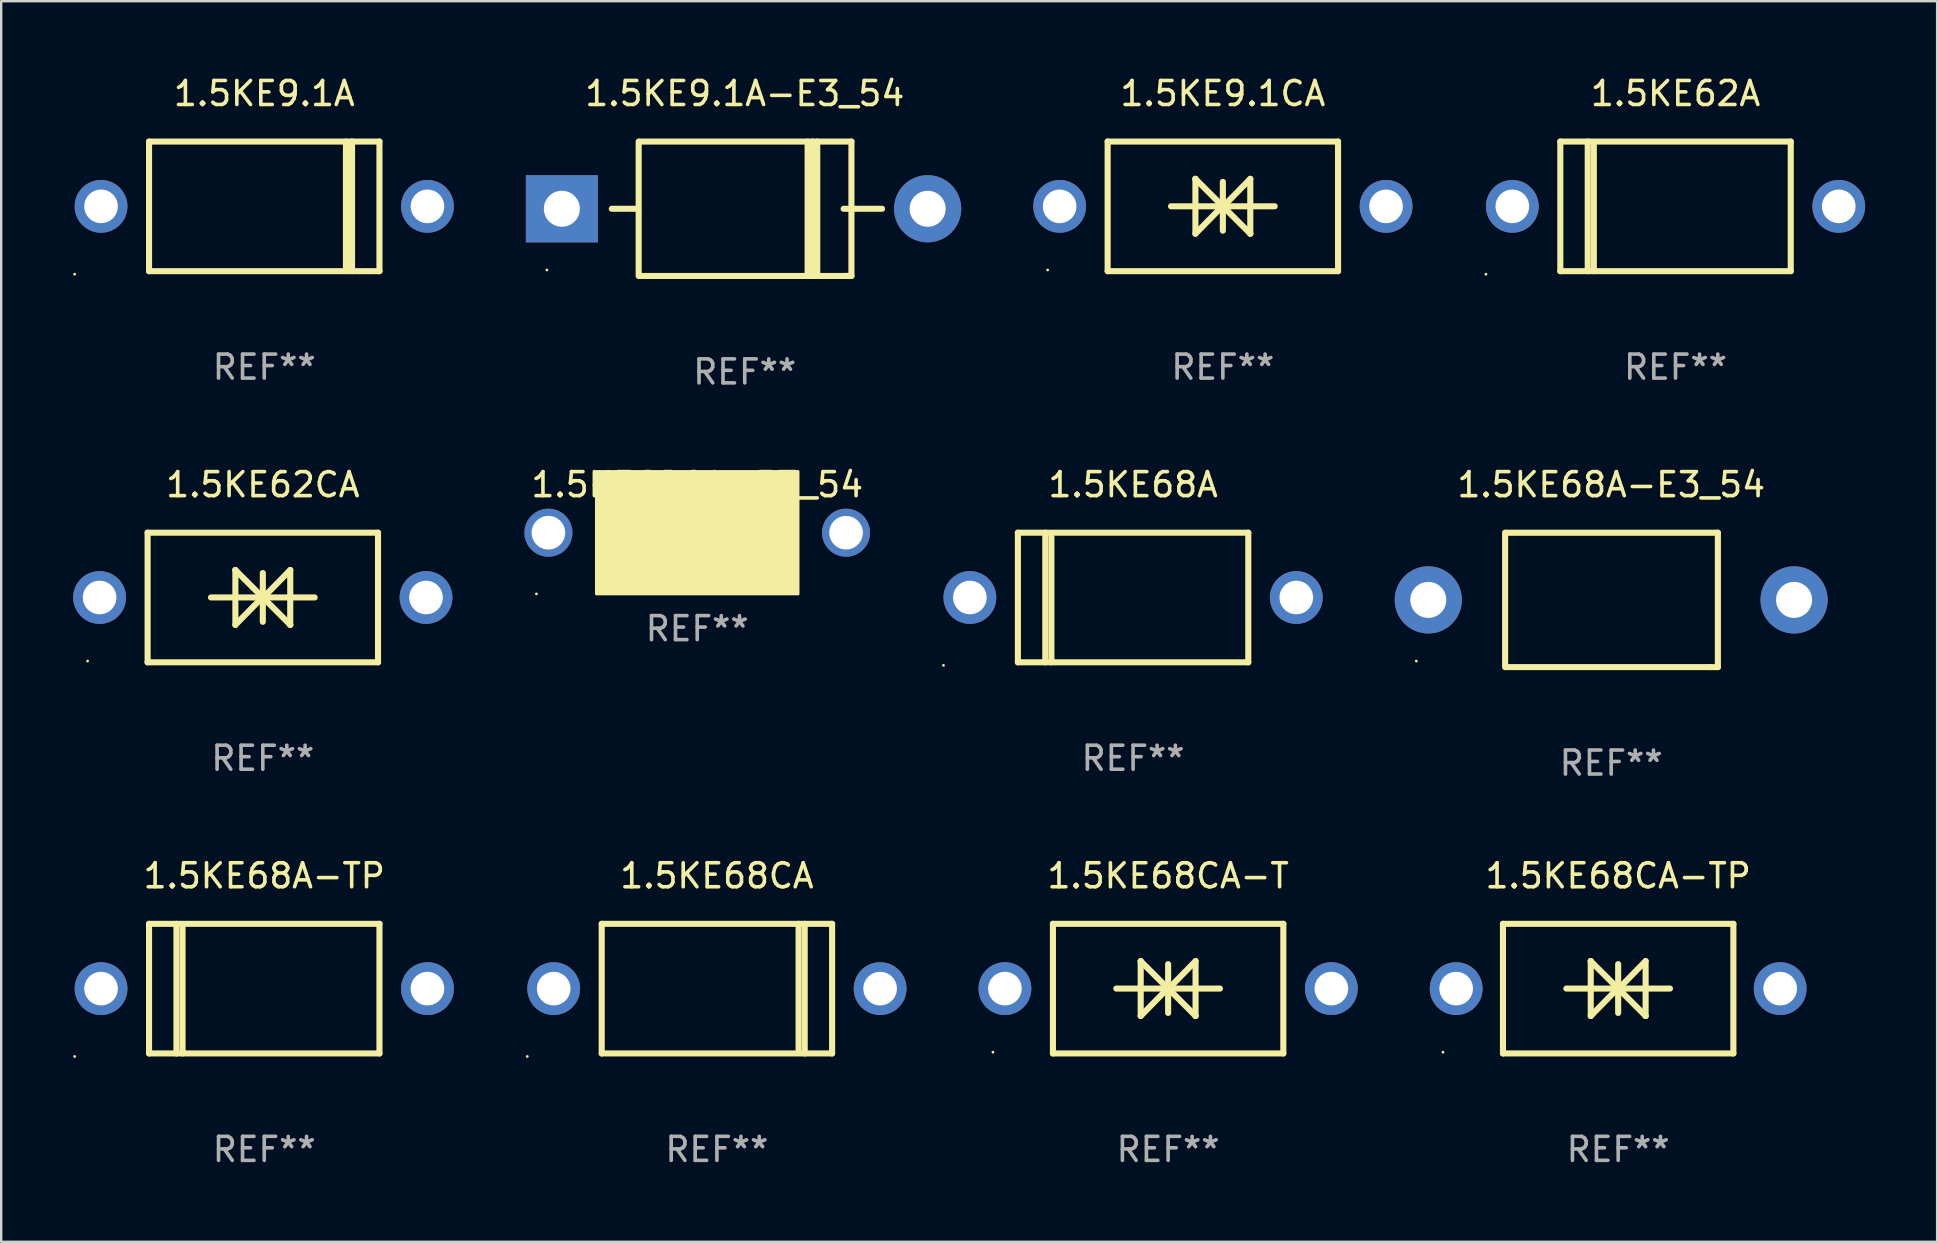
<source format=kicad_pcb>
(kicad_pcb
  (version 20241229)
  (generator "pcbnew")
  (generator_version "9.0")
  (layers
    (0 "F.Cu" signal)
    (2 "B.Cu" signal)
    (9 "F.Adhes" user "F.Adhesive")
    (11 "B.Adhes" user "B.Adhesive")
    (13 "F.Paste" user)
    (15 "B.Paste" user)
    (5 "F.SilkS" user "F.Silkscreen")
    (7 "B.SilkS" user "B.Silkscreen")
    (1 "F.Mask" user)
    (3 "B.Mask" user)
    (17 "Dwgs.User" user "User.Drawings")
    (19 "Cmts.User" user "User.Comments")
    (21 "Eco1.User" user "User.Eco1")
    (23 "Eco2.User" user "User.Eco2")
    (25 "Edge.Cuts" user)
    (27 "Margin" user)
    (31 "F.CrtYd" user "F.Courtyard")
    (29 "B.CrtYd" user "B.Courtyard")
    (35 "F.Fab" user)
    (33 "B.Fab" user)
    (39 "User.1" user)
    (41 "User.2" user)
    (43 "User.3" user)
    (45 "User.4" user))
  (footprint "1.5KE68A-E3_54"
    (layer "F.Cu")
    (at 64.08 21.945)
    (property "Reference" "1.5KE68A-E3_54" (at 0 -4.8 0) (layer "F.SilkS") (effects (font (size 1 1) (thickness 0.15))))
    (attr through_hole)
    (fp_line (start -4.42 2.8) (end -4.42 -2.8) (stroke (width 0.254) (type solid)) (layer "F.SilkS"))
    (fp_line (start -4.379 -2.799) (end 4.445 -2.799) (stroke (width 0.254) (type solid)) (layer "F.SilkS"))
    (fp_line (start 4.12 2.8) (end -4.38 2.8) (stroke (width 0.254) (type solid)) (layer "F.SilkS"))
    (fp_line (start 4.445 -2.799) (end 4.445 2.799) (stroke (width 0.254) (type solid)) (layer "F.SilkS"))
    (fp_line (start 4.445 2.799) (end 4.12 2.799) (stroke (width 0.254) (type solid)) (layer "F.SilkS"))
    (fp_circle (center -8.12 2.55) (end -8.09 2.55) (stroke (width 0.06) (type solid)) (fill no) (layer "F.SilkS"))
    (fp_text user "REF**" (at 0 6.8 0) (layer "F.Fab") (effects (font (size 1 1) (thickness 0.15))))
    (pad "1" thru_hole circle (at -7.62 0) (size 2.8 2.8) (drill 1.5) (layers "*.Cu" "*.Mask"))
    (pad "2" thru_hole circle (at 7.62 0) (size 2.8 2.8) (drill 1.5) (layers "*.Cu" "*.Mask")))
  (footprint "1.5KE62CA-E3_54"
    (layer "F.Cu")
    (at 26 19.145)
    (property "Reference" "1.5KE62CA-E3_54" (at 0 -2 0) (layer "F.SilkS") (effects (font (size 1 1) (thickness 0.15))))
    (attr through_hole)
    (fp_circle (center -6.7 2.55) (end -6.67 2.55) (stroke (width 0.06) (type solid)) (fill no) (layer "F.SilkS"))
    (fp_poly (pts (xy -4.2 -2.55) (xy 4.2 -2.55) (xy 4.2 2.55) (xy -4.2 2.55)) (stroke (width 0.12) (type solid)) (fill yes) (layer "F.SilkS"))
    (fp_text user "REF**" (at 0 4 0) (layer "F.Fab") (effects (font (size 1 1) (thickness 0.15))))
    (pad "1" thru_hole circle (at -6.2 0) (size 2 2) (drill 1.4) (layers "*.Cu" "*.Mask"))
    (pad "2" thru_hole circle (at 6.2 0) (size 2 2) (drill 1.4) (layers "*.Cu" "*.Mask")))
  (footprint "1.5KE62A"
    (layer "F.Cu")
    (at 66.761 5.548)
    (property "Reference" "1.5KE62A" (at 0 -4.7 0) (layer "F.SilkS") (effects (font (size 1 1) (thickness 0.15))))
    (attr through_hole)
    (fp_line (start -4.8 -2.7) (end 4.8 -2.7) (stroke (width 0.254) (type solid)) (layer "F.SilkS"))
    (fp_line (start -4.8 2.7) (end -4.8 -2.7) (stroke (width 0.254) (type solid)) (layer "F.SilkS"))
    (fp_line (start -3.658 2.7) (end -3.658 -2.7) (stroke (width 0.254) (type solid)) (layer "F.SilkS"))
    (fp_line (start -3.404 2.7) (end -3.404 -2.54) (stroke (width 0.254) (type solid)) (layer "F.SilkS"))
    (fp_line (start 4.8 2.7) (end -4.8 2.7) (stroke (width 0.254) (type solid)) (layer "F.SilkS"))
    (fp_line (start 4.8 2.7) (end 4.8 -2.7) (stroke (width 0.254) (type solid)) (layer "F.SilkS"))
    (fp_circle (center -7.9 2.827) (end -7.87 2.827) (stroke (width 0.06) (type solid)) (fill no) (layer "F.SilkS"))
    (fp_text user "REF**" (at 0 6.7 0) (layer "F.Fab") (effects (font (size 1 1) (thickness 0.15))))
    (pad "1" thru_hole circle (at -6.8 0) (size 2.2 2.2) (drill 1.4) (layers "*.Cu" "*.Mask"))
    (pad "2" thru_hole circle (at 6.8 0) (size 2.2 2.2) (drill 1.4) (layers "*.Cu" "*.Mask")))
  (footprint "1.5KE68A-TP"
    (layer "F.Cu")
    (at 7.96 38.141)
    (property "Reference" "1.5KE68A-TP" (at 0 -4.7 0) (layer "F.SilkS") (effects (font (size 1 1) (thickness 0.15))))
    (attr through_hole)
    (fp_line (start -4.8 -2.7) (end 4.8 -2.7) (stroke (width 0.254) (type solid)) (layer "F.SilkS"))
    (fp_line (start -4.8 2.7) (end -4.8 -2.7) (stroke (width 0.254) (type solid)) (layer "F.SilkS"))
    (fp_line (start -3.658 2.7) (end -3.658 -2.7) (stroke (width 0.254) (type solid)) (layer "F.SilkS"))
    (fp_line (start -3.404 2.7) (end -3.404 -2.54) (stroke (width 0.254) (type solid)) (layer "F.SilkS"))
    (fp_line (start 4.8 2.7) (end -4.8 2.7) (stroke (width 0.254) (type solid)) (layer "F.SilkS"))
    (fp_line (start 4.8 2.7) (end 4.8 -2.7) (stroke (width 0.254) (type solid)) (layer "F.SilkS"))
    (fp_circle (center -7.9 2.827) (end -7.87 2.827) (stroke (width 0.06) (type solid)) (fill no) (layer "F.SilkS"))
    (fp_text user "REF**" (at 0 6.7 0) (layer "F.Fab") (effects (font (size 1 1) (thickness 0.15))))
    (pad "1" thru_hole circle (at -6.8 0) (size 2.2 2.2) (drill 1.4) (layers "*.Cu" "*.Mask"))
    (pad "2" thru_hole circle (at 6.8 0) (size 2.2 2.2) (drill 1.4) (layers "*.Cu" "*.Mask")))
  (footprint "1.5KE9.1A-E3_54"
    (layer "F.Cu")
    (at 27.98 5.648)
    (property "Reference" "1.5KE9.1A-E3_54" (at 0 -4.8 0) (layer "F.SilkS") (effects (font (size 1 1) (thickness 0.15))))
    (attr through_hole)
    (fp_line (start -5.54 0) (end -4.44 0) (stroke (width 0.254) (type solid)) (layer "F.SilkS"))
    (fp_line (start -4.42 2.8) (end -4.42 -2.8) (stroke (width 0.254) (type solid)) (layer "F.SilkS"))
    (fp_line (start -4.379 -2.799) (end 4.445 -2.799) (stroke (width 0.254) (type solid)) (layer "F.SilkS"))
    (fp_line (start 2.62 -2.8) (end 2.62 2.8) (stroke (width 0.254) (type solid)) (layer "F.SilkS"))
    (fp_line (start 2.82 -2.8) (end 2.82 2.8) (stroke (width 0.254) (type solid)) (layer "F.SilkS"))
    (fp_line (start 3.02 -2.8) (end 3.02 2.8) (stroke (width 0.254) (type solid)) (layer "F.SilkS"))
    (fp_line (start 4.12 0) (end 5.72 0) (stroke (width 0.254) (type solid)) (layer "F.SilkS"))
    (fp_line (start 4.12 2.8) (end -4.38 2.8) (stroke (width 0.254) (type solid)) (layer "F.SilkS"))
    (fp_line (start 4.445 -2.799) (end 4.445 2.799) (stroke (width 0.254) (type solid)) (layer "F.SilkS"))
    (fp_line (start 4.445 2.799) (end 4.12 2.799) (stroke (width 0.254) (type solid)) (layer "F.SilkS"))
    (fp_circle (center -8.245 2.55) (end -8.215 2.55) (stroke (width 0.06) (type solid)) (fill no) (layer "F.SilkS"))
    (fp_text user "REF**" (at 0 6.8 0) (layer "F.Fab") (effects (font (size 1 1) (thickness 0.15))))
    (pad "1" thru_hole rect (at -7.62 0 180) (size 3 2.8) (drill 1.5) (layers "*.Cu" "*.Mask"))
    (pad "2" thru_hole circle (at 7.62 0) (size 2.8 2.8) (drill 1.5) (layers "*.Cu" "*.Mask")))
  (footprint "1.5KE68A"
    (layer "F.Cu")
    (at 44.16 21.845)
    (property "Reference" "1.5KE68A" (at 0 -4.7 0) (layer "F.SilkS") (effects (font (size 1 1) (thickness 0.15))))
    (attr through_hole)
    (fp_line (start -4.8 -2.7) (end 4.8 -2.7) (stroke (width 0.254) (type solid)) (layer "F.SilkS"))
    (fp_line (start -4.8 2.7) (end -4.8 -2.7) (stroke (width 0.254) (type solid)) (layer "F.SilkS"))
    (fp_line (start -3.658 2.7) (end -3.658 -2.7) (stroke (width 0.254) (type solid)) (layer "F.SilkS"))
    (fp_line (start -3.404 2.7) (end -3.404 -2.54) (stroke (width 0.254) (type solid)) (layer "F.SilkS"))
    (fp_line (start 4.8 2.7) (end -4.8 2.7) (stroke (width 0.254) (type solid)) (layer "F.SilkS"))
    (fp_line (start 4.8 2.7) (end 4.8 -2.7) (stroke (width 0.254) (type solid)) (layer "F.SilkS"))
    (fp_circle (center -7.9 2.827) (end -7.87 2.827) (stroke (width 0.06) (type solid)) (fill no) (layer "F.SilkS"))
    (fp_text user "REF**" (at 0 6.7 0) (layer "F.Fab") (effects (font (size 1 1) (thickness 0.15))))
    (pad "1" thru_hole circle (at -6.8 0) (size 2.2 2.2) (drill 1.4) (layers "*.Cu" "*.Mask"))
    (pad "2" thru_hole circle (at 6.8 0) (size 2.2 2.2) (drill 1.4) (layers "*.Cu" "*.Mask")))
  (footprint "1.5KE68CA"
    (layer "F.Cu")
    (at 26.82 38.141)
    (property "Reference" "1.5KE68CA" (at 0 -4.7 0) (layer "F.SilkS") (effects (font (size 1 1) (thickness 0.15))))
    (attr through_hole)
    (fp_line (start -4.8 -2.7) (end -4.8 2.7) (stroke (width 0.254) (type solid)) (layer "F.SilkS"))
    (fp_line (start -4.8 -2.7) (end 4.8 -2.7) (stroke (width 0.254) (type solid)) (layer "F.SilkS"))
    (fp_line (start 3.404 -2.7) (end 3.404 2.54) (stroke (width 0.254) (type solid)) (layer "F.SilkS"))
    (fp_line (start 3.658 -2.7) (end 3.658 2.7) (stroke (width 0.254) (type solid)) (layer "F.SilkS"))
    (fp_line (start 4.8 -2.7) (end 4.8 2.7) (stroke (width 0.254) (type solid)) (layer "F.SilkS"))
    (fp_line (start 4.8 2.7) (end -4.8 2.7) (stroke (width 0.254) (type solid)) (layer "F.SilkS"))
    (fp_circle (center -7.9 2.827) (end -7.87 2.827) (stroke (width 0.06) (type solid)) (fill no) (layer "F.SilkS"))
    (fp_text user "REF**" (at 0 6.7 0) (layer "F.Fab") (effects (font (size 1 1) (thickness 0.15))))
    (pad "1" thru_hole circle (at -6.8 0) (size 2.2 2.2) (drill 1.4) (layers "*.Cu" "*.Mask"))
    (pad "2" thru_hole circle (at 6.8 0) (size 2.2 2.2) (drill 1.4) (layers "*.Cu" "*.Mask")))
  (footprint "1.5KE9.1A"
    (layer "F.Cu")
    (at 7.96 5.548)
    (property "Reference" "1.5KE9.1A" (at 0 -4.7 0) (layer "F.SilkS") (effects (font (size 1 1) (thickness 0.15))))
    (attr through_hole)
    (fp_line (start -4.8 -2.7) (end -4.8 2.7) (stroke (width 0.254) (type solid)) (layer "F.SilkS"))
    (fp_line (start -4.8 -2.7) (end 4.8 -2.7) (stroke (width 0.254) (type solid)) (layer "F.SilkS"))
    (fp_line (start 3.404 -2.7) (end 3.404 2.54) (stroke (width 0.254) (type solid)) (layer "F.SilkS"))
    (fp_line (start 3.658 -2.7) (end 3.658 2.7) (stroke (width 0.254) (type solid)) (layer "F.SilkS"))
    (fp_line (start 4.8 -2.7) (end 4.8 2.7) (stroke (width 0.254) (type solid)) (layer "F.SilkS"))
    (fp_line (start 4.8 2.7) (end -4.8 2.7) (stroke (width 0.254) (type solid)) (layer "F.SilkS"))
    (fp_circle (center -7.9 2.827) (end -7.87 2.827) (stroke (width 0.06) (type solid)) (fill no) (layer "F.SilkS"))
    (fp_text user "REF**" (at 0 6.7 0) (layer "F.Fab") (effects (font (size 1 1) (thickness 0.15))))
    (pad "1" thru_hole circle (at -6.8 0) (size 2.2 2.2) (drill 1.4) (layers "*.Cu" "*.Mask"))
    (pad "2" thru_hole circle (at 6.8 0) (size 2.2 2.2) (drill 1.4) (layers "*.Cu" "*.Mask")))
  (footprint "1.5KE68CA-T"
    (layer "F.Cu")
    (at 45.62 38.141)
    (property "Reference" "1.5KE68CA-T" (at 0 -4.7 0) (layer "F.SilkS") (effects (font (size 1 1) (thickness 0.15))))
    (attr through_hole)
    (fp_line (start -4.8 -2.7) (end -4.8 2.7) (stroke (width 0.254) (type solid)) (layer "F.SilkS"))
    (fp_line (start -4.8 -2.7) (end 4.8 -2.7) (stroke (width 0.254) (type solid)) (layer "F.SilkS"))
    (fp_line (start -2.159 -0.003) (end 2.159 -0.003) (stroke (width 0.254) (type solid)) (layer "F.SilkS"))
    (fp_line (start -1.143 -1.146) (end -1.143 1.14) (stroke (width 0.254) (type solid)) (layer "F.SilkS"))
    (fp_line (start -1.143 -1.143) (end -1.143 -1.146) (stroke (width 0.254) (type solid)) (layer "F.SilkS"))
    (fp_line (start 0 -1.019) (end 0 1.013) (stroke (width 0.254) (type solid)) (layer "F.SilkS"))
    (fp_line (start 0 -0.026) (end -1.143 1.14) (stroke (width 0.254) (type solid)) (layer "F.SilkS"))
    (fp_line (start 0 -0.006) (end 1.143 1.137) (stroke (width 0.254) (type solid)) (layer "F.SilkS"))
    (fp_line (start 0 0) (end -1.143 -1.143) (stroke (width 0.254) (type solid)) (layer "F.SilkS"))
    (fp_line (start 0 0.02) (end 1.143 -1.146) (stroke (width 0.254) (type solid)) (layer "F.SilkS"))
    (fp_line (start 1.143 1.137) (end 1.143 1.14) (stroke (width 0.254) (type solid)) (layer "F.SilkS"))
    (fp_line (start 1.143 1.14) (end 1.143 -1.146) (stroke (width 0.254) (type solid)) (layer "F.SilkS"))
    (fp_line (start 4.8 -2.7) (end 4.8 2.7) (stroke (width 0.254) (type solid)) (layer "F.SilkS"))
    (fp_line (start 4.8 2.7) (end -4.8 2.7) (stroke (width 0.254) (type solid)) (layer "F.SilkS"))
    (fp_circle (center -7.3 2.65) (end -7.27 2.65) (stroke (width 0.06) (type solid)) (fill no) (layer "F.SilkS"))
    (fp_text user "REF**" (at 0 6.7 0) (layer "F.Fab") (effects (font (size 1 1) (thickness 0.15))))
    (pad "1" thru_hole circle (at -6.8 0) (size 2.2 2.2) (drill 1.4) (layers "*.Cu" "*.Mask"))
    (pad "2" thru_hole circle (at 6.8 0) (size 2.2 2.2) (drill 1.4) (layers "*.Cu" "*.Mask")))
  (footprint "1.5KE62CA"
    (layer "F.Cu")
    (at 7.9 21.845)
    (property "Reference" "1.5KE62CA" (at 0 -4.7 0) (layer "F.SilkS") (effects (font (size 1 1) (thickness 0.15))))
    (attr through_hole)
    (fp_line (start -4.8 -2.7) (end -4.8 2.7) (stroke (width 0.254) (type solid)) (layer "F.SilkS"))
    (fp_line (start -4.8 -2.7) (end 4.8 -2.7) (stroke (width 0.254) (type solid)) (layer "F.SilkS"))
    (fp_line (start -2.159 -0.003) (end 2.159 -0.003) (stroke (width 0.254) (type solid)) (layer "F.SilkS"))
    (fp_line (start -1.143 -1.146) (end -1.143 1.14) (stroke (width 0.254) (type solid)) (layer "F.SilkS"))
    (fp_line (start -1.143 -1.143) (end -1.143 -1.146) (stroke (width 0.254) (type solid)) (layer "F.SilkS"))
    (fp_line (start 0 -1.019) (end 0 1.013) (stroke (width 0.254) (type solid)) (layer "F.SilkS"))
    (fp_line (start 0 -0.026) (end -1.143 1.14) (stroke (width 0.254) (type solid)) (layer "F.SilkS"))
    (fp_line (start 0 -0.006) (end 1.143 1.137) (stroke (width 0.254) (type solid)) (layer "F.SilkS"))
    (fp_line (start 0 0) (end -1.143 -1.143) (stroke (width 0.254) (type solid)) (layer "F.SilkS"))
    (fp_line (start 0 0.02) (end 1.143 -1.146) (stroke (width 0.254) (type solid)) (layer "F.SilkS"))
    (fp_line (start 1.143 1.137) (end 1.143 1.14) (stroke (width 0.254) (type solid)) (layer "F.SilkS"))
    (fp_line (start 1.143 1.14) (end 1.143 -1.146) (stroke (width 0.254) (type solid)) (layer "F.SilkS"))
    (fp_line (start 4.8 -2.7) (end 4.8 2.7) (stroke (width 0.254) (type solid)) (layer "F.SilkS"))
    (fp_line (start 4.8 2.7) (end -4.8 2.7) (stroke (width 0.254) (type solid)) (layer "F.SilkS"))
    (fp_circle (center -7.3 2.65) (end -7.27 2.65) (stroke (width 0.06) (type solid)) (fill no) (layer "F.SilkS"))
    (fp_text user "REF**" (at 0 6.7 0) (layer "F.Fab") (effects (font (size 1 1) (thickness 0.15))))
    (pad "1" thru_hole circle (at -6.8 0) (size 2.2 2.2) (drill 1.4) (layers "*.Cu" "*.Mask"))
    (pad "2" thru_hole circle (at 6.8 0) (size 2.2 2.2) (drill 1.4) (layers "*.Cu" "*.Mask")))
  (footprint "1.5KE9.1CA"
    (layer "F.Cu")
    (at 47.9 5.548)
    (property "Reference" "1.5KE9.1CA" (at 0 -4.7 0) (layer "F.SilkS") (effects (font (size 1 1) (thickness 0.15))))
    (attr through_hole)
    (fp_line (start -4.8 -2.7) (end -4.8 2.7) (stroke (width 0.254) (type solid)) (layer "F.SilkS"))
    (fp_line (start -4.8 -2.7) (end 4.8 -2.7) (stroke (width 0.254) (type solid)) (layer "F.SilkS"))
    (fp_line (start -2.159 -0.003) (end 2.159 -0.003) (stroke (width 0.254) (type solid)) (layer "F.SilkS"))
    (fp_line (start -1.143 -1.146) (end -1.143 1.14) (stroke (width 0.254) (type solid)) (layer "F.SilkS"))
    (fp_line (start -1.143 -1.143) (end -1.143 -1.146) (stroke (width 0.254) (type solid)) (layer "F.SilkS"))
    (fp_line (start 0 -1.019) (end 0 1.013) (stroke (width 0.254) (type solid)) (layer "F.SilkS"))
    (fp_line (start 0 -0.026) (end -1.143 1.14) (stroke (width 0.254) (type solid)) (layer "F.SilkS"))
    (fp_line (start 0 -0.006) (end 1.143 1.137) (stroke (width 0.254) (type solid)) (layer "F.SilkS"))
    (fp_line (start 0 0) (end -1.143 -1.143) (stroke (width 0.254) (type solid)) (layer "F.SilkS"))
    (fp_line (start 0 0.02) (end 1.143 -1.146) (stroke (width 0.254) (type solid)) (layer "F.SilkS"))
    (fp_line (start 1.143 1.137) (end 1.143 1.14) (stroke (width 0.254) (type solid)) (layer "F.SilkS"))
    (fp_line (start 1.143 1.14) (end 1.143 -1.146) (stroke (width 0.254) (type solid)) (layer "F.SilkS"))
    (fp_line (start 4.8 -2.7) (end 4.8 2.7) (stroke (width 0.254) (type solid)) (layer "F.SilkS"))
    (fp_line (start 4.8 2.7) (end -4.8 2.7) (stroke (width 0.254) (type solid)) (layer "F.SilkS"))
    (fp_circle (center -7.3 2.65) (end -7.27 2.65) (stroke (width 0.06) (type solid)) (fill no) (layer "F.SilkS"))
    (fp_text user "REF**" (at 0 6.7 0) (layer "F.Fab") (effects (font (size 1 1) (thickness 0.15))))
    (pad "1" thru_hole circle (at -6.8 0) (size 2.2 2.2) (drill 1.4) (layers "*.Cu" "*.Mask"))
    (pad "2" thru_hole circle (at 6.8 0) (size 2.2 2.2) (drill 1.4) (layers "*.Cu" "*.Mask")))
  (footprint "1.5KE68CA-TP"
    (layer "F.Cu")
    (at 64.371 38.141)
    (property "Reference" "1.5KE68CA-TP" (at 0 -4.7 0) (layer "F.SilkS") (effects (font (size 1 1) (thickness 0.15))))
    (attr through_hole)
    (fp_line (start -4.8 -2.7) (end -4.8 2.7) (stroke (width 0.254) (type solid)) (layer "F.SilkS"))
    (fp_line (start -4.8 -2.7) (end 4.8 -2.7) (stroke (width 0.254) (type solid)) (layer "F.SilkS"))
    (fp_line (start -2.159 -0.003) (end 2.159 -0.003) (stroke (width 0.254) (type solid)) (layer "F.SilkS"))
    (fp_line (start -1.143 -1.146) (end -1.143 1.14) (stroke (width 0.254) (type solid)) (layer "F.SilkS"))
    (fp_line (start -1.143 -1.143) (end -1.143 -1.146) (stroke (width 0.254) (type solid)) (layer "F.SilkS"))
    (fp_line (start 0 -1.019) (end 0 1.013) (stroke (width 0.254) (type solid)) (layer "F.SilkS"))
    (fp_line (start 0 -0.026) (end -1.143 1.14) (stroke (width 0.254) (type solid)) (layer "F.SilkS"))
    (fp_line (start 0 -0.006) (end 1.143 1.137) (stroke (width 0.254) (type solid)) (layer "F.SilkS"))
    (fp_line (start 0 0) (end -1.143 -1.143) (stroke (width 0.254) (type solid)) (layer "F.SilkS"))
    (fp_line (start 0 0.02) (end 1.143 -1.146) (stroke (width 0.254) (type solid)) (layer "F.SilkS"))
    (fp_line (start 1.143 1.137) (end 1.143 1.14) (stroke (width 0.254) (type solid)) (layer "F.SilkS"))
    (fp_line (start 1.143 1.14) (end 1.143 -1.146) (stroke (width 0.254) (type solid)) (layer "F.SilkS"))
    (fp_line (start 4.8 -2.7) (end 4.8 2.7) (stroke (width 0.254) (type solid)) (layer "F.SilkS"))
    (fp_line (start 4.8 2.7) (end -4.8 2.7) (stroke (width 0.254) (type solid)) (layer "F.SilkS"))
    (fp_circle (center -7.3 2.65) (end -7.27 2.65) (stroke (width 0.06) (type solid)) (fill no) (layer "F.SilkS"))
    (fp_text user "REF**" (at 0 6.7 0) (layer "F.Fab") (effects (font (size 1 1) (thickness 0.15))))
    (pad "1" thru_hole circle (at -6.75 0) (size 2.2 2.2) (drill 1.4) (layers "*.Cu" "*.Mask"))
    (pad "2" thru_hole circle (at 6.75 0) (size 2.2 2.2) (drill 1.4) (layers "*.Cu" "*.Mask")))
  (gr_rect
    (start -3 -3)
    (end 77.661 48.69)
    (stroke (width 0.1) (type default))
    (fill no)
    (layer "Edge.Cuts")))
</source>
